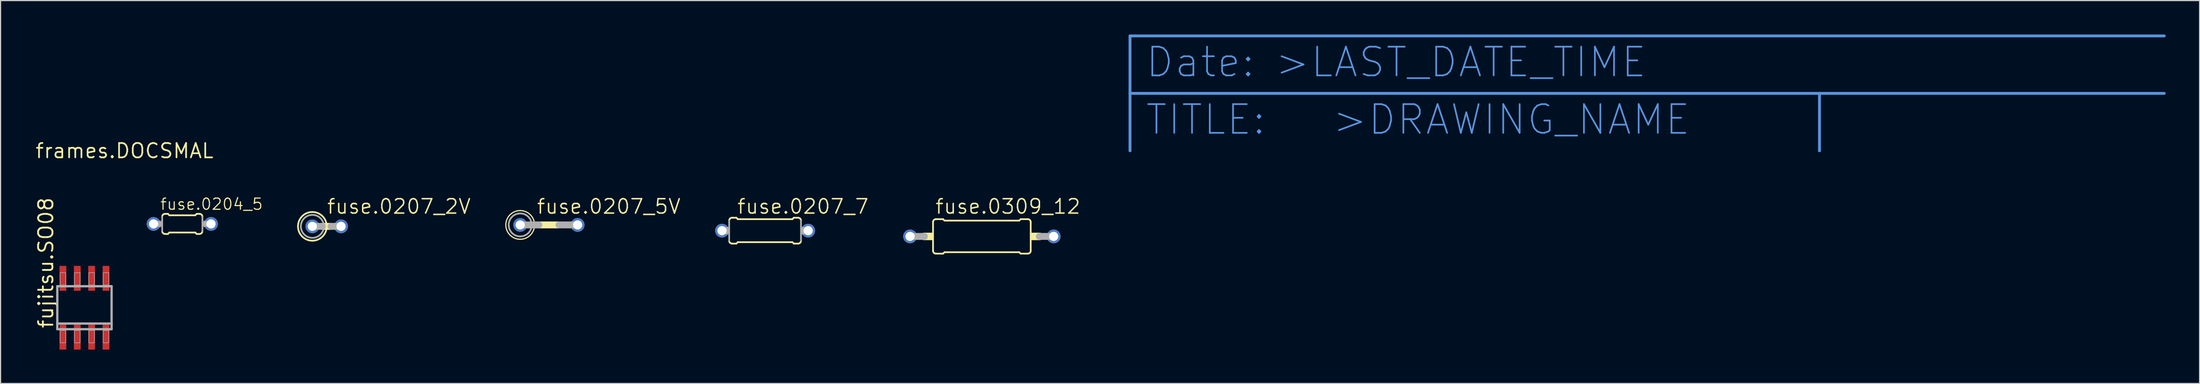
<source format=kicad_pcb>
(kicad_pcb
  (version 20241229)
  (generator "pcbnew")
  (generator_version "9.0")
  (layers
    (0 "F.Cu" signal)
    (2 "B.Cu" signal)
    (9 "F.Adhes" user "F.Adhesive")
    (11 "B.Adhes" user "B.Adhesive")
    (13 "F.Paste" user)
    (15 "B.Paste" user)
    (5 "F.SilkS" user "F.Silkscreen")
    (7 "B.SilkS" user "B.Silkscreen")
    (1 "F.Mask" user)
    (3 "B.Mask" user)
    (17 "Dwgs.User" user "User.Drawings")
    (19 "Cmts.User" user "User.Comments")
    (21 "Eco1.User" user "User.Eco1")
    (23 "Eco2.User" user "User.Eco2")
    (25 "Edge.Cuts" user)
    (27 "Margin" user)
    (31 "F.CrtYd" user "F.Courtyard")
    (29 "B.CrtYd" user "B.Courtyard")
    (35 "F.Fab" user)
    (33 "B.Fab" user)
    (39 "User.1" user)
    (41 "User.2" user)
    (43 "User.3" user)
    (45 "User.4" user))
  (footprint "fujitsu.SO08"
    (layer "F.Cu")
    (at 4.417 24.165)
    (property "Reference" "fujitsu.SO08" (at -2.667 1.905 90) (layer "F.SilkS") (effects (font (size 1.27 1.27) (thickness 0.16)) (justify left bottom)))
    (attr smd)
    (fp_line (start -2.4 -1.9) (end 2.4 -1.9) (stroke (width 0.203) (type default)) (layer "F.Fab"))
    (fp_line (start -2.4 1.4) (end -2.4 -1.9) (stroke (width 0.203) (type default)) (layer "F.Fab"))
    (fp_line (start -2.4 1.9) (end -2.4 1.4) (stroke (width 0.203) (type default)) (layer "F.Fab"))
    (fp_line (start 2.4 -1.9) (end 2.4 1.4) (stroke (width 0.203) (type default)) (layer "F.Fab"))
    (fp_line (start 2.4 1.4) (end -2.4 1.4) (stroke (width 0.203) (type default)) (layer "F.Fab"))
    (fp_line (start 2.4 1.4) (end 2.4 1.9) (stroke (width 0.203) (type default)) (layer "F.Fab"))
    (fp_line (start 2.4 1.9) (end -2.4 1.9) (stroke (width 0.203) (type default)) (layer "F.Fab"))
    (fp_rect (start -2.15 -2) (end -1.66 -3.1) (stroke (width 0.05) (type default)) (fill no) (layer "F.Fab"))
    (fp_rect (start -2.15 3.1) (end -1.66 2) (stroke (width 0.05) (type default)) (fill no) (layer "F.Fab"))
    (fp_rect (start -0.88 -2) (end -0.39 -3.1) (stroke (width 0.05) (type default)) (fill no) (layer "F.Fab"))
    (fp_rect (start -0.88 3.1) (end -0.39 2) (stroke (width 0.05) (type default)) (fill no) (layer "F.Fab"))
    (fp_rect (start 0.39 -2) (end 0.88 -3.1) (stroke (width 0.05) (type default)) (fill no) (layer "F.Fab"))
    (fp_rect (start 0.39 3.1) (end 0.88 2) (stroke (width 0.05) (type default)) (fill no) (layer "F.Fab"))
    (fp_rect (start 1.66 -2) (end 2.15 -3.1) (stroke (width 0.05) (type default)) (fill no) (layer "F.Fab"))
    (fp_rect (start 1.66 3.1) (end 2.15 2) (stroke (width 0.05) (type default)) (fill no) (layer "F.Fab"))
    (pad "1" smd roundrect (at -1.905 2.6) (size 0.6 2.2) (layers "F.Cu" "F.Mask" "F.Paste") (roundrect_rratio 0.01))
    (pad "2" smd roundrect (at -0.635 2.6) (size 0.6 2.2) (layers "F.Cu" "F.Mask" "F.Paste") (roundrect_rratio 0.01))
    (pad "3" smd roundrect (at 0.635 2.6) (size 0.6 2.2) (layers "F.Cu" "F.Mask" "F.Paste") (roundrect_rratio 0.01))
    (pad "4" smd roundrect (at 1.905 2.6) (size 0.6 2.2) (layers "F.Cu" "F.Mask" "F.Paste") (roundrect_rratio 0.01))
    (pad "5" smd roundrect (at 1.905 -2.6) (size 0.6 2.2) (layers "F.Cu" "F.Mask" "F.Paste") (roundrect_rratio 0.01))
    (pad "6" smd roundrect (at 0.635 -2.6) (size 0.6 2.2) (layers "F.Cu" "F.Mask" "F.Paste") (roundrect_rratio 0.01))
    (pad "7" smd roundrect (at -0.635 -2.6) (size 0.6 2.2) (layers "F.Cu" "F.Mask" "F.Paste") (roundrect_rratio 0.01))
    (pad "8" smd roundrect (at -1.905 -2.6) (size 0.6 2.2) (layers "F.Cu" "F.Mask" "F.Paste") (roundrect_rratio 0.01)))
  (footprint "fuse.0204_5"
    (layer "F.Cu")
    (at 13.068 16.752)
    (property "Reference" "fuse.0204_5" (at -2.007 -1.168 0) (layer "F.SilkS") (effects (font (size 0.991 0.991) (thickness 0.1)) (justify left bottom)))
    (attr through_hole)
    (fp_line (start -1.524 -0.889) (end -1.27 -0.889) (stroke (width 0.152) (type default)) (layer "F.SilkS"))
    (fp_line (start -1.524 0.889) (end -1.27 0.889) (stroke (width 0.152) (type default)) (layer "F.SilkS"))
    (fp_line (start -1.143 -0.762) (end -1.27 -0.889) (stroke (width 0.152) (type default)) (layer "F.SilkS"))
    (fp_line (start -1.143 0.762) (end -1.27 0.889) (stroke (width 0.152) (type default)) (layer "F.SilkS"))
    (fp_line (start 1.143 -0.762) (end -1.143 -0.762) (stroke (width 0.152) (type default)) (layer "F.SilkS"))
    (fp_line (start 1.143 -0.762) (end 1.27 -0.889) (stroke (width 0.152) (type default)) (layer "F.SilkS"))
    (fp_line (start 1.143 0.762) (end -1.143 0.762) (stroke (width 0.152) (type default)) (layer "F.SilkS"))
    (fp_line (start 1.143 0.762) (end 1.27 0.889) (stroke (width 0.152) (type default)) (layer "F.SilkS"))
    (fp_line (start 1.524 -0.889) (end 1.27 -0.889) (stroke (width 0.152) (type default)) (layer "F.SilkS"))
    (fp_line (start 1.524 0.889) (end 1.27 0.889) (stroke (width 0.152) (type default)) (layer "F.SilkS"))
    (fp_arc (start -1.778 -0.635) (mid -1.703605 -0.814605) (end -1.524 -0.889) (stroke (width 0.1524) (type default)) (layer "F.SilkS"))
    (fp_arc (start -1.524 0.889) (mid -1.703605 0.814605) (end -1.778 0.635) (stroke (width 0.1524) (type default)) (layer "F.SilkS"))
    (fp_arc (start 1.524 -0.889) (mid 1.703605 -0.814605) (end 1.778 -0.635) (stroke (width 0.1524) (type default)) (layer "F.SilkS"))
    (fp_arc (start 1.778 0.635) (mid 1.703605 0.814605) (end 1.524 0.889) (stroke (width 0.1524) (type default)) (layer "F.SilkS"))
    (fp_line (start -2.54 0) (end -2.032 0) (stroke (width 0.508) (type default)) (layer "F.Fab"))
    (fp_line (start -1.778 0.635) (end -1.778 -0.635) (stroke (width 0.152) (type default)) (layer "F.Fab"))
    (fp_line (start 1.778 0.635) (end 1.778 -0.635) (stroke (width 0.152) (type default)) (layer "F.Fab"))
    (fp_line (start 2.54 0) (end 2.032 0) (stroke (width 0.508) (type default)) (layer "F.Fab"))
    (fp_rect (start -2.032 0.254) (end -1.778 -0.254) (stroke (width 0.05) (type default)) (fill no) (layer "F.Fab"))
    (fp_rect (start 1.778 0.254) (end 2.032 -0.254) (stroke (width 0.05) (type default)) (fill no) (layer "F.Fab"))
    (pad "1" thru_hole circle (at -2.54 0) (size 1.219 1.219) (drill 0.813) (layers "*.Cu" "*.Mask"))
    (pad "2" thru_hole circle (at 2.54 0) (size 1.219 1.219) (drill 0.813) (layers "*.Cu" "*.Mask")))
  (footprint "fuse.0207_2V"
    (layer "F.Cu")
    (at 25.837 16.969)
    (property "Reference" "fuse.0207_2V" (at -0.051 -1.016 0) (layer "F.SilkS") (effects (font (size 1.27 1.27) (thickness 0.13)) (justify left bottom)))
    (attr through_hole)
    (fp_line (start -0.254 0) (end 0.254 0) (stroke (width 0.61) (type default)) (layer "F.SilkS"))
    (fp_circle (center -1.27 0) (end 0 0) (stroke (width 0.152) (type default)) (fill no) (layer "F.SilkS"))
    (fp_line (start -1.27 0) (end -0.381 0) (stroke (width 0.61) (type default)) (layer "F.Fab"))
    (fp_line (start 0.381 0) (end 1.27 0) (stroke (width 0.61) (type default)) (layer "F.Fab"))
    (fp_circle (center -1.27 0) (end -0.254 0) (stroke (width 0.152) (type default)) (fill no) (layer "F.Fab"))
    (pad "1" thru_hole circle (at -1.27 0) (size 1.219 1.219) (drill 0.813) (layers "*.Cu" "*.Mask"))
    (pad "2" thru_hole circle (at 1.27 0) (size 1.219 1.219) (drill 0.813) (layers "*.Cu" "*.Mask")))
  (footprint "fuse.0207_5V"
    (layer "F.Cu")
    (at 45.483 16.842)
    (property "Reference" "fuse.0207_5V" (at -1.143 -0.889 0) (layer "F.SilkS") (effects (font (size 1.27 1.27) (thickness 0.13)) (justify left bottom)))
    (attr through_hole)
    (fp_line (start -0.762 0) (end 0.762 0) (stroke (width 0.61) (type default)) (layer "F.SilkS"))
    (fp_circle (center -2.54 0) (end -1.27 0) (stroke (width 0.102) (type default)) (fill no) (layer "F.SilkS"))
    (fp_line (start -2.54 0) (end -0.889 0) (stroke (width 0.61) (type default)) (layer "F.Fab"))
    (fp_line (start 0.889 0) (end 2.54 0) (stroke (width 0.61) (type default)) (layer "F.Fab"))
    (fp_circle (center -2.54 0) (end -1.524 0) (stroke (width 0.152) (type default)) (fill no) (layer "F.Fab"))
    (pad "1" thru_hole circle (at -2.54 0) (size 1.219 1.219) (drill 0.813) (layers "*.Cu" "*.Mask"))
    (pad "2" thru_hole circle (at 2.54 0) (size 1.219 1.219) (drill 0.813) (layers "*.Cu" "*.Mask")))
  (footprint "fuse.0207_7"
    (layer "F.Cu")
    (at 64.595 17.35)
    (property "Reference" "fuse.0207_7" (at -2.54 -1.397 0) (layer "F.SilkS") (effects (font (size 1.27 1.27) (thickness 0.13)) (justify left bottom)))
    (attr through_hole)
    (fp_line (start -2.921 -1.143) (end -2.54 -1.143) (stroke (width 0.152) (type default)) (layer "F.SilkS"))
    (fp_line (start -2.921 1.143) (end -2.54 1.143) (stroke (width 0.152) (type default)) (layer "F.SilkS"))
    (fp_line (start -2.413 -1.016) (end -2.54 -1.143) (stroke (width 0.152) (type default)) (layer "F.SilkS"))
    (fp_line (start -2.413 1.016) (end -2.54 1.143) (stroke (width 0.152) (type default)) (layer "F.SilkS"))
    (fp_line (start 2.413 -1.016) (end -2.413 -1.016) (stroke (width 0.152) (type default)) (layer "F.SilkS"))
    (fp_line (start 2.413 -1.016) (end 2.54 -1.143) (stroke (width 0.152) (type default)) (layer "F.SilkS"))
    (fp_line (start 2.413 1.016) (end -2.413 1.016) (stroke (width 0.152) (type default)) (layer "F.SilkS"))
    (fp_line (start 2.413 1.016) (end 2.54 1.143) (stroke (width 0.152) (type default)) (layer "F.SilkS"))
    (fp_line (start 2.921 -1.143) (end 2.54 -1.143) (stroke (width 0.152) (type default)) (layer "F.SilkS"))
    (fp_line (start 2.921 1.143) (end 2.54 1.143) (stroke (width 0.152) (type default)) (layer "F.SilkS"))
    (fp_arc (start -3.175 -0.889) (mid -3.100605 -1.068605) (end -2.921 -1.143) (stroke (width 0.1524) (type default)) (layer "F.SilkS"))
    (fp_arc (start -2.921 1.143) (mid -3.100605 1.068605) (end -3.175 0.889) (stroke (width 0.1524) (type default)) (layer "F.SilkS"))
    (fp_arc (start 2.921 -1.143) (mid 3.100605 -1.068605) (end 3.175 -0.889) (stroke (width 0.1524) (type default)) (layer "F.SilkS"))
    (fp_arc (start 3.175 0.889) (mid 3.100605 1.068605) (end 2.921 1.143) (stroke (width 0.1524) (type default)) (layer "F.SilkS"))
    (fp_line (start -3.81 0) (end -3.429 0) (stroke (width 0.61) (type default)) (layer "F.Fab"))
    (fp_line (start -3.175 0.889) (end -3.175 -0.889) (stroke (width 0.152) (type default)) (layer "F.Fab"))
    (fp_line (start 3.175 0.889) (end 3.175 -0.889) (stroke (width 0.152) (type default)) (layer "F.Fab"))
    (fp_line (start 3.429 0) (end 3.81 0) (stroke (width 0.61) (type default)) (layer "F.Fab"))
    (fp_rect (start -3.429 0.305) (end -3.175 -0.305) (stroke (width 0.05) (type default)) (fill no) (layer "F.Fab"))
    (fp_rect (start 3.175 0.305) (end 3.429 -0.305) (stroke (width 0.05) (type default)) (fill no) (layer "F.Fab"))
    (pad "1" thru_hole circle (at -3.81 0) (size 1.219 1.219) (drill 0.813) (layers "*.Cu" "*.Mask"))
    (pad "2" thru_hole circle (at 3.81 0) (size 1.219 1.219) (drill 0.813) (layers "*.Cu" "*.Mask")))
  (footprint "fuse.0309_12"
    (layer "F.Cu")
    (at 83.762 17.858)
    (property "Reference" "fuse.0309_12" (at -4.191 -1.905 0) (layer "F.SilkS") (effects (font (size 1.27 1.27) (thickness 0.13)) (justify left bottom)))
    (attr through_hole)
    (fp_line (start -4.318 1.27) (end -4.318 -1.27) (stroke (width 0.152) (type default)) (layer "F.SilkS"))
    (fp_line (start -4.064 -1.524) (end -3.429 -1.524) (stroke (width 0.152) (type default)) (layer "F.SilkS"))
    (fp_line (start -4.064 1.524) (end -3.429 1.524) (stroke (width 0.152) (type default)) (layer "F.SilkS"))
    (fp_line (start -3.302 -1.397) (end -3.429 -1.524) (stroke (width 0.152) (type default)) (layer "F.SilkS"))
    (fp_line (start -3.302 1.397) (end -3.429 1.524) (stroke (width 0.152) (type default)) (layer "F.SilkS"))
    (fp_line (start 3.302 -1.397) (end -3.302 -1.397) (stroke (width 0.152) (type default)) (layer "F.SilkS"))
    (fp_line (start 3.302 -1.397) (end 3.429 -1.524) (stroke (width 0.152) (type default)) (layer "F.SilkS"))
    (fp_line (start 3.302 1.397) (end -3.302 1.397) (stroke (width 0.152) (type default)) (layer "F.SilkS"))
    (fp_line (start 3.302 1.397) (end 3.429 1.524) (stroke (width 0.152) (type default)) (layer "F.SilkS"))
    (fp_line (start 4.064 -1.524) (end 3.429 -1.524) (stroke (width 0.152) (type default)) (layer "F.SilkS"))
    (fp_line (start 4.064 1.524) (end 3.429 1.524) (stroke (width 0.152) (type default)) (layer "F.SilkS"))
    (fp_line (start 4.318 1.27) (end 4.318 -1.27) (stroke (width 0.152) (type default)) (layer "F.SilkS"))
    (fp_rect (start -5.182 0.305) (end -4.318 -0.305) (stroke (width 0.05) (type default)) (fill yes) (layer "F.SilkS"))
    (fp_rect (start 4.318 0.305) (end 5.182 -0.305) (stroke (width 0.05) (type default)) (fill yes) (layer "F.SilkS"))
    (fp_arc (start -4.318 -1.27) (mid -4.243605 -1.449605) (end -4.064 -1.524) (stroke (width 0.1524) (type default)) (layer "F.SilkS"))
    (fp_arc (start -4.064 1.524) (mid -4.243605 1.449605) (end -4.318 1.27) (stroke (width 0.1524) (type default)) (layer "F.SilkS"))
    (fp_arc (start 4.064 -1.524) (mid 4.243605 -1.449605) (end 4.318 -1.27) (stroke (width 0.1524) (type default)) (layer "F.SilkS"))
    (fp_arc (start 4.318 1.27) (mid 4.243605 1.449605) (end 4.064 1.524) (stroke (width 0.1524) (type default)) (layer "F.SilkS"))
    (fp_line (start -6.35 0) (end -5.08 0) (stroke (width 0.61) (type default)) (layer "F.Fab"))
    (fp_line (start 6.35 0) (end 5.08 0) (stroke (width 0.61) (type default)) (layer "F.Fab"))
    (pad "1" thru_hole circle (at -6.35 0) (size 1.219 1.219) (drill 0.813) (layers "*.Cu" "*.Mask"))
    (pad "2" thru_hole circle (at 6.35 0) (size 1.219 1.219) (drill 0.813) (layers "*.Cu" "*.Mask")))
  (footprint "frames.DOCSMAL"
    (layer "F.Cu")
    (at 7.96 10.287)
    (property "Reference" "frames.DOCSMAL" (at 0 0 0) (layer "F.SilkS") (effects (font (size 1.27 1.27) (thickness 0.15))))
    (fp_line (start 88.9 -10.16) (end 180.34 -10.16) (stroke (width 0.254) (type default)) (layer "Cmts.User"))
    (fp_line (start 88.9 -5.08) (end 88.9 -10.16) (stroke (width 0.254) (type default)) (layer "Cmts.User"))
    (fp_line (start 88.9 -5.08) (end 149.86 -5.08) (stroke (width 0.254) (type default)) (layer "Cmts.User"))
    (fp_line (start 88.9 0) (end 88.9 -5.08) (stroke (width 0.254) (type default)) (layer "Cmts.User"))
    (fp_line (start 149.86 -5.08) (end 149.86 0) (stroke (width 0.254) (type default)) (layer "Cmts.User"))
    (fp_line (start 149.86 -5.08) (end 180.34 -5.08) (stroke (width 0.254) (type default)) (layer "Cmts.User"))
    (fp_text user "Date:" (at 90.17 -6.35 0) (layer "Cmts.User") (effects (font (size 2.54 2.54) (thickness 0.15)) (justify left bottom)))
    (fp_text user ">DRAWING_NAME" (at 106.68 -1.27 0) (layer "Cmts.User") (effects (font (size 2.54 2.54) (thickness 0.15)) (justify left bottom)))
    (fp_text user "TITLE:" (at 90.17 -1.27 0) (layer "Cmts.User") (effects (font (size 2.54 2.54) (thickness 0.15)) (justify left bottom)))
    (fp_text user ">LAST_DATE_TIME" (at 101.6 -6.35 0) (layer "Cmts.User") (effects (font (size 2.54 2.54) (thickness 0.15)) (justify left bottom))))
  (gr_rect
    (start -3 -3)
    (end 191.427 30.865)
    (stroke (width 0.1) (type default))
    (fill no)
    (layer "Edge.Cuts")))
</source>
